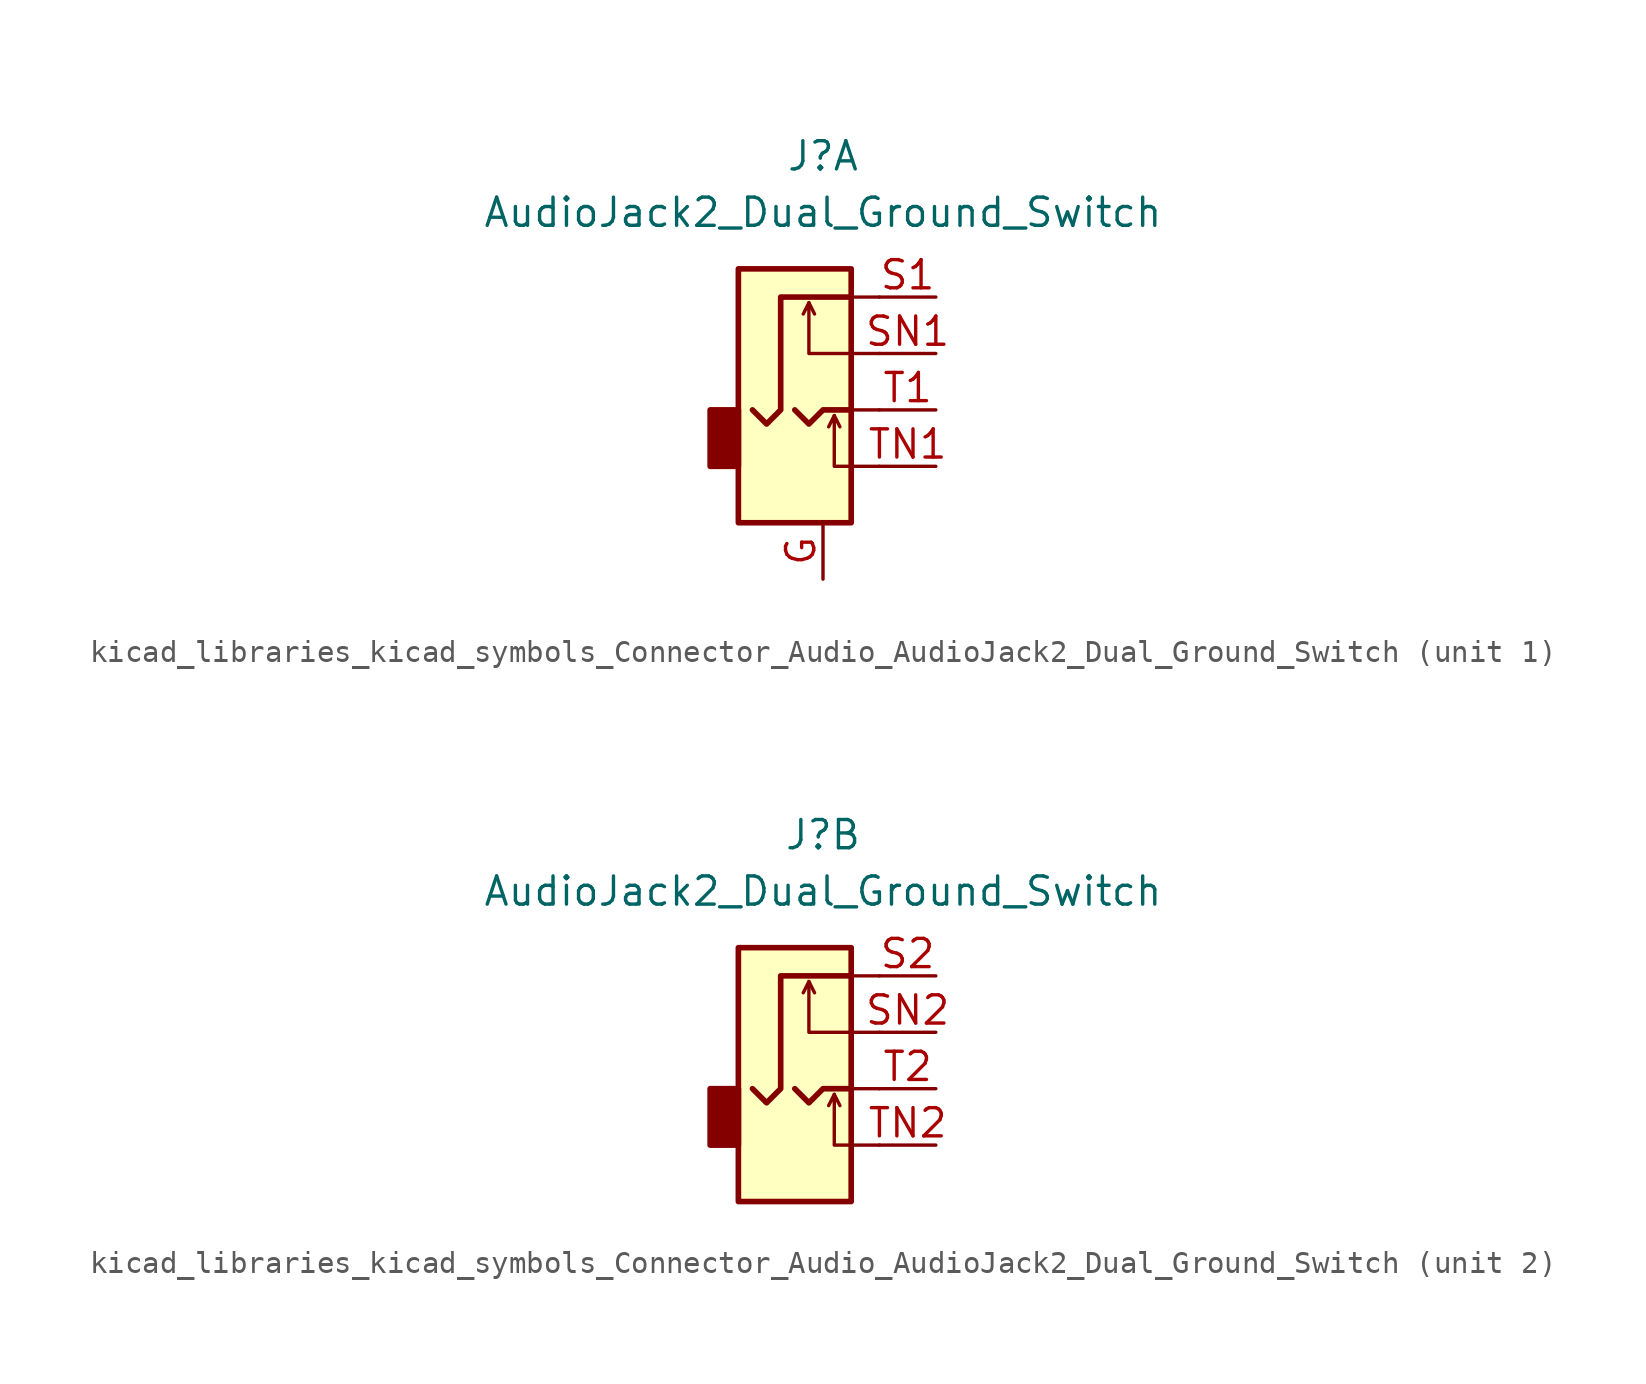
<source format=kicad_sym>
(kicad_symbol_lib
  (version 20220914)
  (generator kicad_symbol_editor)
  (symbol "kicad_libraries_kicad_symbols_Connector_Audio_AudioJack2_Dual_Ground_Switch"
    (property "Reference" "J"
      (at 0 11.43 0)
      (effects (font (size 1.27 1.27))))
    (property "Value" "AudioJack2_Dual_Ground_Switch"
      (at 0 8.89 0)
      (effects (font (size 1.27 1.27))))
    (symbol "kicad_libraries_kicad_symbols_Connector_Audio_AudioJack2_Dual_Ground_Switch_0_1"
      (rectangle (start -5.08 0) (end -3.81 -2.54) (stroke (width 0.254) (type default)) (fill (type outline)))
      (polyline (pts (xy -0.635 4.826) (xy -0.381 4.318)) (stroke (width 0) (type default)) (fill (type none)))
      (polyline (pts (xy 0.508 -0.254) (xy 0.762 -0.762)) (stroke (width 0) (type default)) (fill (type none)))
      (polyline (pts (xy 1.27 -2.54) (xy 2.54 -2.54)) (stroke (width 0) (type default)) (fill (type none)))
      (polyline (pts (xy 1.27 2.54) (xy 2.54 2.54)) (stroke (width 0) (type default)) (fill (type none)))
      (polyline (pts (xy 2.54 0) (xy 1.27 0)) (stroke (width 0) (type default)) (fill (type none)))
      (polyline (pts (xy 2.54 5.08) (xy 1.27 5.08)) (stroke (width 0) (type default)) (fill (type none)))
      (polyline (pts (xy -1.27 0) (xy -0.635 -0.635) (xy 0 0) (xy 1.27 0)) (stroke (width 0.254) (type default)) (fill (type none)))
      (polyline (pts (xy 1.27 -2.54) (xy 0.508 -2.54) (xy 0.508 -0.254) (xy 0.254 -0.762)) (stroke (width 0) (type default)) (fill (type none)))
      (polyline (pts (xy 1.27 2.54) (xy -0.635 2.54) (xy -0.635 4.826) (xy -0.889 4.318)) (stroke (width 0) (type default)) (fill (type none)))
      (polyline (pts (xy 1.27 5.08) (xy -1.905 5.08) (xy -1.905 0) (xy -2.54 -0.635) (xy -3.175 0)) (stroke (width 0.254) (type default)) (fill (type none)))
      (rectangle (start 1.27 6.35) (end -3.81 -5.08) (stroke (width 0.254) (type default)) (fill (type background))))
    (symbol "kicad_libraries_kicad_symbols_Connector_Audio_AudioJack2_Dual_Ground_Switch_1_1"
      (pin passive line (at 0 -7.62 90) (length 2.54) (name "~" (effects (font (size 1.27 1.27)))) (number "G" (effects (font (size 1.27 1.27)))))
      (pin passive line (at 5.08 5.08 180) (length 2.54) (name "~" (effects (font (size 1.27 1.27)))) (number "S1" (effects (font (size 1.27 1.27)))))
      (pin passive line (at 5.08 2.54 180) (length 2.54) (name "~" (effects (font (size 1.27 1.27)))) (number "SN1" (effects (font (size 1.27 1.27)))))
      (pin passive line (at 5.08 0 180) (length 2.54) (name "~" (effects (font (size 1.27 1.27)))) (number "T1" (effects (font (size 1.27 1.27)))))
      (pin passive line (at 5.08 -2.54 180) (length 2.54) (name "~" (effects (font (size 1.27 1.27)))) (number "TN1" (effects (font (size 1.27 1.27))))))
    (symbol "kicad_libraries_kicad_symbols_Connector_Audio_AudioJack2_Dual_Ground_Switch_2_1"
      (pin passive line (at 5.08 5.08 180) (length 2.54) (name "~" (effects (font (size 1.27 1.27)))) (number "S2" (effects (font (size 1.27 1.27)))))
      (pin passive line (at 5.08 2.54 180) (length 2.54) (name "~" (effects (font (size 1.27 1.27)))) (number "SN2" (effects (font (size 1.27 1.27)))))
      (pin passive line (at 5.08 0 180) (length 2.54) (name "~" (effects (font (size 1.27 1.27)))) (number "T2" (effects (font (size 1.27 1.27)))))
      (pin passive line (at 5.08 -2.54 180) (length 2.54) (name "~" (effects (font (size 1.27 1.27)))) (number "TN2" (effects (font (size 1.27 1.27))))))))
</source>
